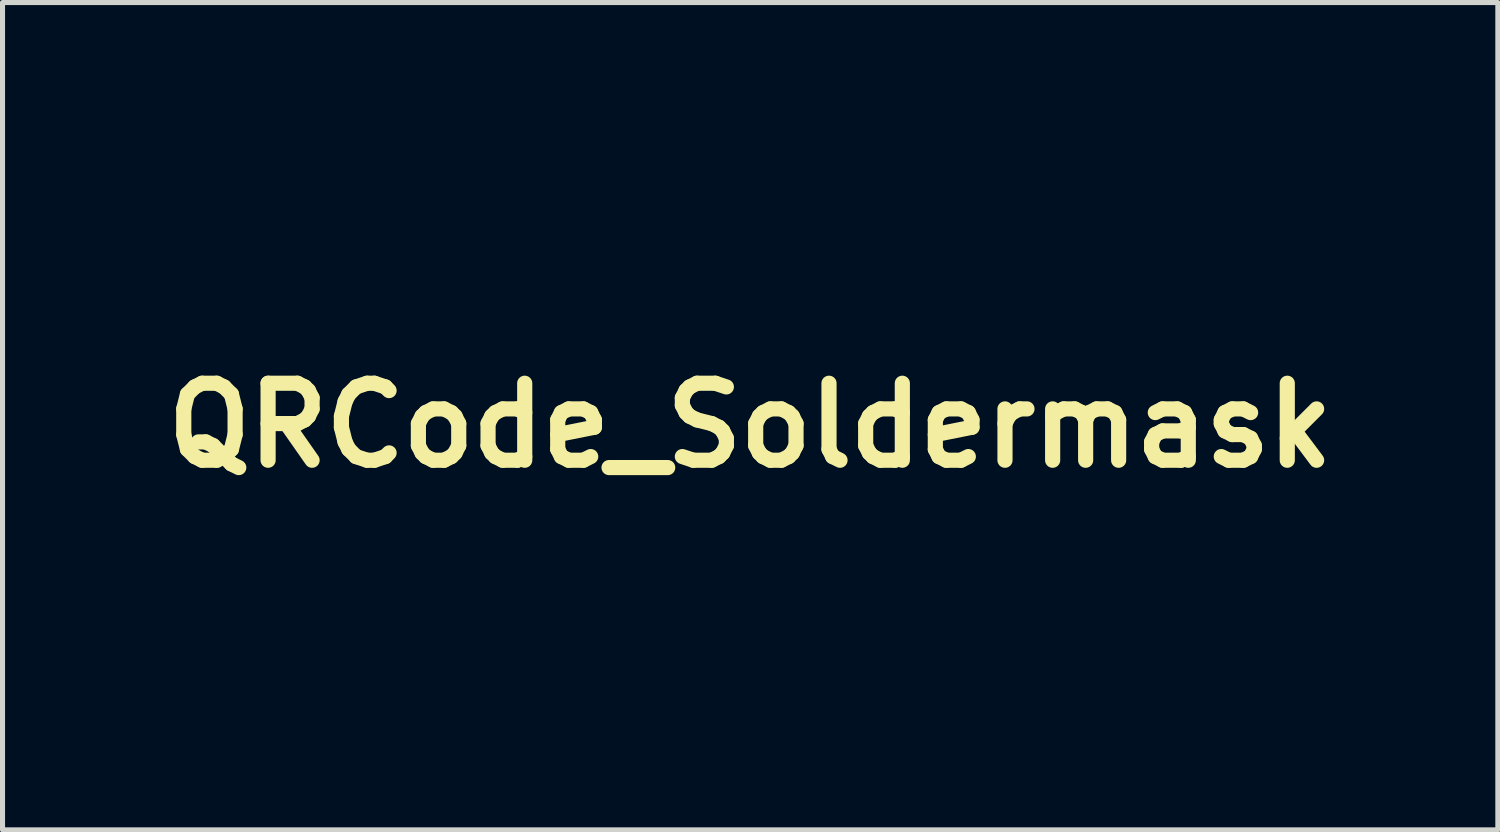
<source format=kicad_pcb>
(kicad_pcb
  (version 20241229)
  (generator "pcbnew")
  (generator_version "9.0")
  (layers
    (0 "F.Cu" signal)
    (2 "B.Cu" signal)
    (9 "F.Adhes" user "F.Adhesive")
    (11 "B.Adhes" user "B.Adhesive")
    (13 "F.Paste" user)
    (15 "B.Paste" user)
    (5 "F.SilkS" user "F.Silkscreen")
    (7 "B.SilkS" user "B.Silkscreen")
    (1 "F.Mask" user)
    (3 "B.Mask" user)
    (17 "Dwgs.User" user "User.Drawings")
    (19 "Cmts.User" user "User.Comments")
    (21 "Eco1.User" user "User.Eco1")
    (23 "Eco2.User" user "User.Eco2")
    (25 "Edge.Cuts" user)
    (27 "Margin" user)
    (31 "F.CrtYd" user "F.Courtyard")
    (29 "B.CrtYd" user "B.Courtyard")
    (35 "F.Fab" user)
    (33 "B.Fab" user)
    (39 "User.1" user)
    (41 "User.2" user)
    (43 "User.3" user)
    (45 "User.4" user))
  (footprint "QRCode_Soldermask"
    (layer "F.Cu")
    (at 6.679 0.25)
    (property "Reference" "QRCode_Soldermask" (at 5.121 5.121 0) (layer "F.SilkS") (effects (font (size 1.524 1.524) (thickness 0.3))))
    (attr board_only exclude_from_pos_files exclude_from_bom)
    (fp_poly (pts (xy 0.471 5.644) (xy 0.126 5.644) (xy 0.126 5.299) (xy 0.471 5.299)) (stroke (width 0) (type solid)) (fill yes) (layer "F.Mask"))
    (fp_poly (pts (xy 0.471 6.678) (xy 0.126 6.678) (xy 0.126 6.333) (xy 0.471 6.333)) (stroke (width 0) (type solid)) (fill yes) (layer "F.Mask"))
    (fp_poly (pts (xy 0.471 7.368) (xy 0.126 7.368) (xy 0.126 7.023) (xy 0.471 7.023)) (stroke (width 0) (type solid)) (fill yes) (layer "F.Mask"))
    (fp_poly (pts (xy 0.816 7.023) (xy 0.471 7.023) (xy 0.471 6.678) (xy 0.816 6.678)) (stroke (width 0) (type solid)) (fill yes) (layer "F.Mask"))
    (fp_poly (pts (xy 1.85 1.85) (xy 0.816 1.85) (xy 0.816 0.816) (xy 1.85 0.816)) (stroke (width 0) (type solid)) (fill yes) (layer "F.Mask"))
    (fp_poly (pts (xy 1.85 9.437) (xy 0.816 9.437) (xy 0.816 8.402) (xy 1.85 8.402)) (stroke (width 0) (type solid)) (fill yes) (layer "F.Mask"))
    (fp_poly (pts (xy 2.54 5.988) (xy 1.505 5.988) (xy 1.505 5.644) (xy 2.54 5.644)) (stroke (width 0) (type solid)) (fill yes) (layer "F.Mask"))
    (fp_poly (pts (xy 2.54 7.368) (xy 2.195 7.368) (xy 2.195 7.023) (xy 2.54 7.023)) (stroke (width 0) (type solid)) (fill yes) (layer "F.Mask"))
    (fp_poly (pts (xy 3.23 4.954) (xy 2.885 4.954) (xy 2.885 4.609) (xy 3.23 4.609)) (stroke (width 0) (type solid)) (fill yes) (layer "F.Mask"))
    (fp_poly (pts (xy 3.575 0.471) (xy 3.23 0.471) (xy 3.23 0.126) (xy 3.575 0.126)) (stroke (width 0) (type solid)) (fill yes) (layer "F.Mask"))
    (fp_poly (pts (xy 3.919 10.127) (xy 3.575 10.127) (xy 3.575 9.782) (xy 3.919 9.782)) (stroke (width 0) (type solid)) (fill yes) (layer "F.Mask"))
    (fp_poly (pts (xy 4.264 4.264) (xy 3.919 4.264) (xy 3.919 3.919) (xy 4.264 3.919)) (stroke (width 0) (type solid)) (fill yes) (layer "F.Mask"))
    (fp_poly (pts (xy 4.264 6.333) (xy 3.919 6.333) (xy 3.919 5.644) (xy 4.264 5.644)) (stroke (width 0) (type solid)) (fill yes) (layer "F.Mask"))
    (fp_poly (pts (xy 4.264 7.023) (xy 3.919 7.023) (xy 3.919 6.678) (xy 4.264 6.678)) (stroke (width 0) (type solid)) (fill yes) (layer "F.Mask"))
    (fp_poly (pts (xy 4.264 9.782) (xy 3.919 9.782) (xy 3.919 9.437) (xy 4.264 9.437)) (stroke (width 0) (type solid)) (fill yes) (layer "F.Mask"))
    (fp_poly (pts (xy 4.609 10.127) (xy 4.264 10.127) (xy 4.264 9.782) (xy 4.609 9.782)) (stroke (width 0) (type solid)) (fill yes) (layer "F.Mask"))
    (fp_poly (pts (xy 4.954 9.437) (xy 4.609 9.437) (xy 4.609 9.092) (xy 4.954 9.092)) (stroke (width 0) (type solid)) (fill yes) (layer "F.Mask"))
    (fp_poly (pts (xy 5.644 10.127) (xy 5.299 10.127) (xy 5.299 9.437) (xy 5.644 9.437)) (stroke (width 0) (type solid)) (fill yes) (layer "F.Mask"))
    (fp_poly (pts (xy 5.988 6.678) (xy 5.644 6.678) (xy 5.644 6.333) (xy 5.988 6.333)) (stroke (width 0) (type solid)) (fill yes) (layer "F.Mask"))
    (fp_poly (pts (xy 7.368 1.161) (xy 7.023 1.161) (xy 7.023 0.816) (xy 7.368 0.816)) (stroke (width 0) (type solid)) (fill yes) (layer "F.Mask"))
    (fp_poly (pts (xy 8.057 8.057) (xy 7.713 8.057) (xy 7.713 7.713) (xy 8.057 7.713)) (stroke (width 0) (type solid)) (fill yes) (layer "F.Mask"))
    (fp_poly (pts (xy 9.437 1.85) (xy 8.402 1.85) (xy 8.402 0.816) (xy 9.437 0.816)) (stroke (width 0) (type solid)) (fill yes) (layer "F.Mask"))
    (fp_poly (pts (xy 9.437 3.23) (xy 9.092 3.23) (xy 9.092 2.885) (xy 9.437 2.885)) (stroke (width 0) (type solid)) (fill yes) (layer "F.Mask"))
    (fp_poly (pts (xy 2.885 5.644) (xy 2.54 5.644) (xy 2.54 5.299) (xy 1.505 5.299) (xy 1.505 4.954) (xy 2.885 4.954)) (stroke (width 0) (type solid)) (fill yes) (layer "F.Mask"))
    (fp_poly (pts (xy 9.782 9.782) (xy 10.127 9.782) (xy 10.127 10.127) (xy 9.437 10.127) (xy 9.437 9.437) (xy 9.782 9.437)) (stroke (width 0) (type solid)) (fill yes) (layer "F.Mask"))
    (fp_poly (pts (xy 10.127 8.402) (xy 9.437 8.402) (xy 9.437 7.713) (xy 9.092 7.713) (xy 9.092 7.368) (xy 10.127 7.368)) (stroke (width 0) (type solid)) (fill yes) (layer "F.Mask"))
    (fp_poly (pts (xy 10.127 9.437) (xy 9.782 9.437) (xy 9.782 9.092) (xy 9.092 9.092) (xy 9.092 8.747) (xy 10.127 8.747)) (stroke (width 0) (type solid)) (fill yes) (layer "F.Mask"))
    (fp_poly (pts (xy 1.505 6.333) (xy 2.54 6.333) (xy 2.54 6.678) (xy 1.505 6.678) (xy 1.505 7.023) (xy 1.161 7.023) (xy 1.161 6.333) (xy 0.816 6.333) (xy 0.816 5.988) (xy 1.505 5.988)) (stroke (width 0) (type solid)) (fill yes) (layer "F.Mask"))
    (fp_poly (pts (xy 2.54 2.54) (xy 0.126 2.54) (xy 0.126 2.195) (xy 0.471 2.195) (xy 2.195 2.195) (xy 2.195 0.471) (xy 0.471 0.471) (xy 0.471 2.195) (xy 0.126 2.195) (xy 0.126 0.126) (xy 2.54 0.126)) (stroke (width 0) (type solid)) (fill yes) (layer "F.Mask"))
    (fp_poly (pts (xy 2.54 10.127) (xy 0.126 10.127) (xy 0.126 9.782) (xy 0.471 9.782) (xy 2.195 9.782) (xy 2.195 8.057) (xy 0.471 8.057) (xy 0.471 9.782) (xy 0.126 9.782) (xy 0.126 7.713) (xy 2.54 7.713)) (stroke (width 0) (type solid)) (fill yes) (layer "F.Mask"))
    (fp_poly (pts (xy 10.127 2.54) (xy 7.713 2.54) (xy 7.713 2.195) (xy 8.057 2.195) (xy 9.782 2.195) (xy 9.782 0.471) (xy 8.057 0.471) (xy 8.057 2.195) (xy 7.713 2.195) (xy 7.713 0.126) (xy 10.127 0.126)) (stroke (width 0) (type solid)) (fill yes) (layer "F.Mask"))
    (fp_poly (pts (xy 7.368 2.195) (xy 7.368 2.885) (xy 8.057 2.885) (xy 8.057 3.919) (xy 8.402 3.919) (xy 8.402 3.575) (xy 8.747 3.575) (xy 8.747 3.23) (xy 9.092 3.23) (xy 9.092 3.575) (xy 9.782 3.575) (xy 9.782 3.23) (xy 10.127 3.23) (xy 10.127 3.919) (xy 9.782 3.919) (xy 9.782 4.264) (xy 10.127 4.264) (xy 10.127 5.299) (xy 9.782 5.299) (xy 9.782 5.644) (xy 10.127 5.644) (xy 10.127 6.678) (xy 9.782 6.678) (xy 9.782 7.023) (xy 9.437 7.023) (xy 9.437 6.333) (xy 9.782 6.333) (xy 9.782 5.988) (xy 9.437 5.988) (xy 9.437 6.333) (xy 8.747 6.333) (xy 8.747 6.678) (xy 9.092 6.678) (xy 9.092 7.023) (xy 8.747 7.023) (xy 8.747 7.713) (xy 9.092 7.713) (xy 9.092 8.402) (xy 8.747 8.402) (xy 8.747 9.092) (xy 9.092 9.092) (xy 9.092 9.437) (xy 8.747 9.437) (xy 8.747 10.127) (xy 8.057 10.127) (xy 8.057 9.782) (xy 8.402 9.782) (xy 8.402 9.437) (xy 8.057 9.437) (xy 8.057 8.747) (xy 7.368 8.747) (xy 7.368 9.092) (xy 7.023 9.092) (xy 7.023 9.437) (xy 7.713 9.437) (xy 7.713 10.127) (xy 6.678 10.127) (xy 6.678 9.782) (xy 6.333 9.782) (xy 6.333 10.127) (xy 5.988 10.127) (xy 5.988 9.092) (xy 6.333 9.092) (xy 6.333 9.437) (xy 6.678 9.437) (xy 6.678 9.092) (xy 7.023 9.092) (xy 7.023 8.402) (xy 7.368 8.402) (xy 8.402 8.402) (xy 8.402 7.368) (xy 7.368 7.368) (xy 7.368 8.402) (xy 7.023 8.402) (xy 7.023 8.057) (xy 6.333 8.057) (xy 6.333 8.747) (xy 5.988 8.747) (xy 5.988 9.092) (xy 5.644 9.092) (xy 5.644 8.402) (xy 5.299 8.402) (xy 5.299 8.747) (xy 4.954 8.747) (xy 4.954 8.402) (xy 4.264 8.402) (xy 4.264 9.092) (xy 3.919 9.092) (xy 3.919 9.437) (xy 3.575 9.437) (xy 3.575 9.782) (xy 3.23 9.782) (xy 3.23 10.127) (xy 2.885 10.127) (xy 2.885 9.437) (xy 3.23 9.437) (xy 3.575 9.437) (xy 3.575 9.092) (xy 3.919 9.092) (xy 3.919 8.747) (xy 3.575 8.747) (xy 3.575 9.092) (xy 3.23 9.092) (xy 3.23 9.437) (xy 2.885 9.437) (xy 2.885 9.092) (xy 3.23 9.092) (xy 3.23 8.747) (xy 2.885 8.747) (xy 2.885 8.402) (xy 3.23 8.402) (xy 4.264 8.402) (xy 4.264 8.057) (xy 3.919 8.057) (xy 3.919 7.713) (xy 3.23 7.713) (xy 3.23 8.402) (xy 2.885 8.402) (xy 2.885 7.368) (xy 3.575 7.368) (xy 3.575 7.023) (xy 3.919 7.023) (xy 3.919 7.368) (xy 4.264 7.368) (xy 4.264 7.023) (xy 4.609 7.023) (xy 4.609 6.678) (xy 4.954 6.678) (xy 4.954 7.713) (xy 4.609 7.713) (xy 4.609 8.057) (xy 5.988 8.057) (xy 5.988 7.713) (xy 5.644 7.713) (xy 5.644 7.368) (xy 5.988 7.368) (xy 5.988 6.678) (xy 6.333 6.678) (xy 6.333 7.368) (xy 6.678 7.368) (xy 6.678 6.678) (xy 7.368 6.678) (xy 7.713 6.678) (xy 8.057 6.678) (xy 8.057 6.333) (xy 8.747 6.333) (xy 8.747 5.299) (xy 8.402 5.299) (xy 8.402 4.954) (xy 8.747 4.954) (xy 8.747 4.264) (xy 9.092 4.264) (xy 9.092 5.988) (xy 9.437 5.988) (xy 9.437 4.954) (xy 9.782 4.954) (xy 9.782 4.609) (xy 9.437 4.609) (xy 9.437 3.919) (xy 9.092 3.919) (xy 9.092 3.575) (xy 8.747 3.575) (xy 8.747 4.264) (xy 8.057 4.264) (xy 8.057 5.644) (xy 8.402 5.644) (xy 8.402 5.988) (xy 8.057 5.988) (xy 8.057 6.333) (xy 7.713 6.333) (xy 7.713 6.678) (xy 7.368 6.678) (xy 7.368 5.988) (xy 7.713 5.988) (xy 7.713 5.644) (xy 7.368 5.644) (xy 7.368 5.988) (xy 6.678 5.988) (xy 6.678 6.333) (xy 5.988 6.333) (xy 5.988 5.988) (xy 6.333 5.988) (xy 6.678 5.988) (xy 6.678 5.644) (xy 7.023 5.644) (xy 7.023 5.299) (xy 7.713 5.299) (xy 7.713 4.954) (xy 6.678 4.954) (xy 6.678 5.644) (xy 6.333 5.644) (xy 6.333 5.988) (xy 5.988 5.988) (xy 5.299 5.988) (xy 5.299 5.644) (xy 4.954 5.644) (xy 4.954 5.988) (xy 4.609 5.988) (xy 4.609 5.644) (xy 4.264 5.644) (xy 4.264 5.299) (xy 3.919 5.299) (xy 3.919 5.644) (xy 3.575 5.644) (xy 3.575 7.023) (xy 3.23 7.023) (xy 3.23 6.678) (xy 2.885 6.678) (xy 2.885 6.333) (xy 3.23 6.333) (xy 3.23 5.644) (xy 3.575 5.644) (xy 3.575 5.299) (xy 3.919 5.299) (xy 3.919 4.954) (xy 4.609 4.954) (xy 4.954 4.954) (xy 4.954 5.299) (xy 5.299 5.299) (xy 5.299 5.644) (xy 5.644 5.644) (xy 5.644 5.299) (xy 5.988 5.299) (xy 5.988 4.954) (xy 5.299 4.954) (xy 5.299 4.609) (xy 5.988 4.609) (xy 5.988 3.919) (xy 6.678 3.919) (xy 6.678 4.264) (xy 6.333 4.264) (xy 6.333 4.609) (xy 7.023 4.609) (xy 7.023 4.264) (xy 8.057 4.264) (xy 8.057 3.919) (xy 7.023 3.919) (xy 7.023 3.575) (xy 7.368 3.575) (xy 7.713 3.575) (xy 7.713 3.23) (xy 7.368 3.23) (xy 7.368 3.575) (xy 7.023 3.575) (xy 7.023 3.23) (xy 7.368 3.23) (xy 7.368 2.885) (xy 6.678 2.885) (xy 6.678 2.54) (xy 7.023 2.54) (xy 7.023 2.195) (xy 6.678 2.195) (xy 6.678 2.54) (xy 6.333 2.54) (xy 6.333 3.575) (xy 5.988 3.575) (xy 5.988 3.919) (xy 5.644 3.919) (xy 5.644 4.264) (xy 4.954 4.264) (xy 4.954 4.609) (xy 4.609 4.609) (xy 4.609 4.954) (xy 3.919 4.954) (xy 3.919 4.609) (xy 4.264 4.609) (xy 4.264 4.264) (xy 4.609 4.264) (xy 4.609 3.919) (xy 5.299 3.919) (xy 5.644 3.919) (xy 5.644 3.575) (xy 5.299 3.575) (xy 5.299 3.919) (xy 4.609 3.919) (xy 4.609 3.23) (xy 4.954 3.23) (xy 5.299 3.23) (xy 5.299 2.885) (xy 5.644 2.885) (xy 5.988 2.885) (xy 5.988 2.54) (xy 6.333 2.54) (xy 6.333 2.195) (xy 5.988 2.195) (xy 5.988 2.54) (xy 5.644 2.54) (xy 5.644 2.885) (xy 5.299 2.885) (xy 5.299 2.54) (xy 5.644 2.54) (xy 5.644 2.195) (xy 5.299 2.195) (xy 5.299 2.54) (xy 4.954 2.54) (xy 4.954 3.23) (xy 4.609 3.23) (xy 4.609 2.885) (xy 4.264 2.885) (xy 4.264 3.575) (xy 3.575 3.575) (xy 3.575 3.919) (xy 3.23 3.919) (xy 3.23 3.575) (xy 3.575 3.575) (xy 3.575 2.885) (xy 3.23 2.885) (xy 3.23 3.575) (xy 2.885 3.575) (xy 2.885 4.609) (xy 1.505 4.609) (xy 1.505 4.954) (xy 1.161 4.954) (xy 1.161 5.299) (xy 0.816 5.299) (xy 0.816 4.954) (xy 1.161 4.954) (xy 1.161 4.609) (xy 0.816 4.609) (xy 0.816 4.954) (xy 0.126 4.954) (xy 0.126 4.264) (xy 0.471 4.264) (xy 0.816 4.264) (xy 1.161 4.264) (xy 2.54 4.264) (xy 2.54 3.919) (xy 2.195 3.919) (xy 2.195 3.575) (xy 2.54 3.575) (xy 2.54 3.23) (xy 2.195 3.23) (xy 2.195 3.575) (xy 1.85 3.575) (xy 1.85 3.919) (xy 1.161 3.919) (xy 1.161 4.264) (xy 0.816 4.264) (xy 0.816 3.919) (xy 1.161 3.919) (xy 1.161 3.575) (xy 1.505 3.575) (xy 1.85 3.575) (xy 1.85 3.23) (xy 1.505 3.23) (xy 1.505 3.575) (xy 1.161 3.575) (xy 1.161 3.23) (xy 0.816 3.23) (xy 0.816 3.575) (xy 0.471 3.575) (xy 0.471 4.264) (xy 0.126 4.264) (xy 0.126 2.885) (xy 1.161 2.885) (xy 1.161 3.23) (xy 1.505 3.23) (xy 1.505 2.885) (xy 2.885 2.885) (xy 2.885 2.54) (xy 3.23 2.54) (xy 3.575 2.54) (xy 3.575 2.195) (xy 3.919 2.195) (xy 3.919 2.885) (xy 4.264 2.885) (xy 4.264 2.195) (xy 4.609 2.195) (xy 4.609 2.54) (xy 4.954 2.54) (xy 4.954 1.85) (xy 5.299 1.85) (xy 6.333 1.85) (xy 6.333 1.505) (xy 5.988 1.505) (xy 5.988 1.161) (xy 5.644 1.161) (xy 5.644 1.505) (xy 5.299 1.505) (xy 5.299 1.85) (xy 4.954 1.85) (xy 4.609 1.85) (xy 4.609 1.505) (xy 4.954 1.505) (xy 4.954 1.161) (xy 5.299 1.161) (xy 5.299 0.816) (xy 4.954 0.816) (xy 4.954 0.471) (xy 4.609 0.471) (xy 4.609 1.161) (xy 4.264 1.161) (xy 4.264 1.505) (xy 3.919 1.505) (xy 3.919 1.85) (xy 3.575 1.85) (xy 3.575 2.195) (xy 3.23 2.195) (xy 3.23 2.54) (xy 2.885 2.54) (xy 2.885 2.195) (xy 3.23 2.195) (xy 3.23 1.85) (xy 3.575 1.85) (xy 3.575 1.505) (xy 3.23 1.505) (xy 3.23 1.161) (xy 3.919 1.161) (xy 4.264 1.161) (xy 4.264 0.816) (xy 3.919 0.816) (xy 3.919 1.161) (xy 3.23 1.161) (xy 2.885 1.161) (xy 2.885 0.816) (xy 3.575 0.816) (xy 3.575 0.471) (xy 4.264 0.471) (xy 4.264 0.126) (xy 5.299 0.126) (xy 5.299 0.471) (xy 6.333 0.471) (xy 6.333 0.126) (xy 7.023 0.126) (xy 7.023 0.816) (xy 5.988 0.816) (xy 5.988 1.161) (xy 6.678 1.161) (xy 6.678 1.505) (xy 7.023 1.505) (xy 7.023 2.195)) (stroke (width 0) (type solid)) (fill yes) (layer "F.Mask")))
  (gr_rect
    (start -3 -3)
    (end 26.6 13.377)
    (stroke (width 0.1) (type default))
    (fill no)
    (layer "Edge.Cuts")))
</source>
